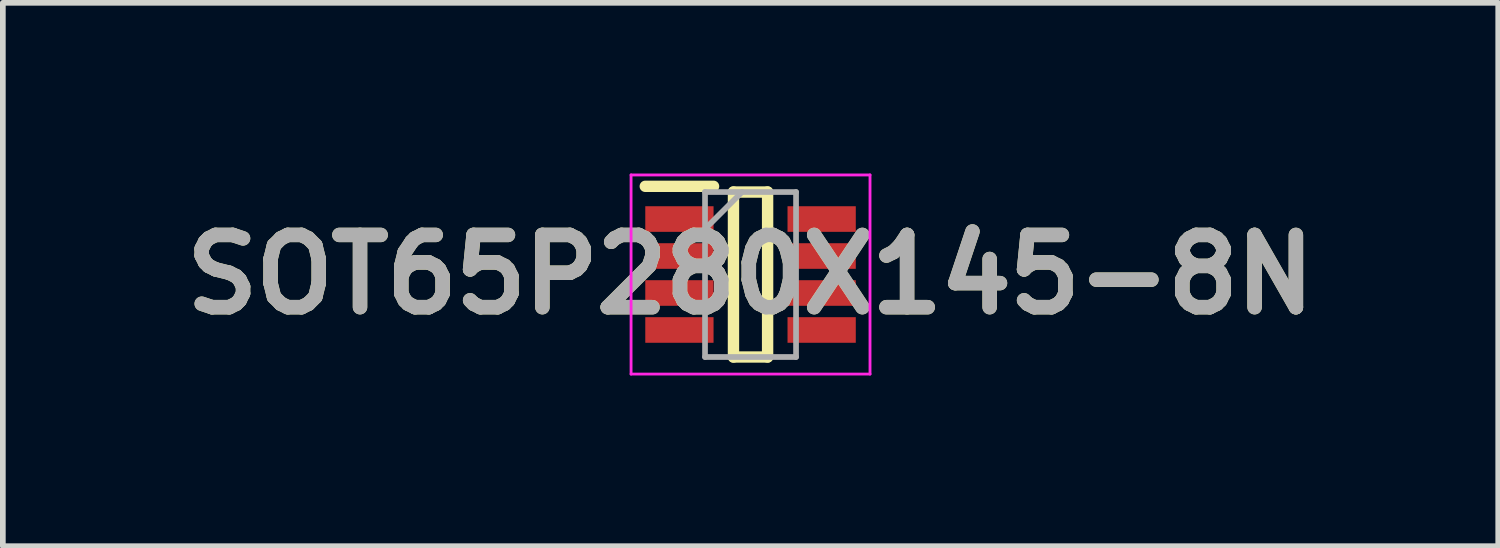
<source format=kicad_pcb>
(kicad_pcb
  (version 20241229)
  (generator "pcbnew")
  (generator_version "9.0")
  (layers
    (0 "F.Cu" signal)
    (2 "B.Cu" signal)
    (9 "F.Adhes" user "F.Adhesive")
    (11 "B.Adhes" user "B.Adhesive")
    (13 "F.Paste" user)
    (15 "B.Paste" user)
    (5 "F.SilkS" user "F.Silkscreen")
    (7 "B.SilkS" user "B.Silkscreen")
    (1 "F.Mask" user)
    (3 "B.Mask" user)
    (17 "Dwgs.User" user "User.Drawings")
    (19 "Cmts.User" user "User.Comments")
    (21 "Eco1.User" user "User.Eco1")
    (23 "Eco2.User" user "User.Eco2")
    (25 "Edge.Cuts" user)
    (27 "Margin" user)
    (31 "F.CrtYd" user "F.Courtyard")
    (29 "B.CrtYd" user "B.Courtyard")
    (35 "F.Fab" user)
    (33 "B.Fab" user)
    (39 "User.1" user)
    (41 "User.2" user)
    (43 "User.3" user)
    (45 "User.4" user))
  (footprint "SOT65P280X145-8N"
    (layer "F.Cu")
    (at 10.142 1.775)
    (property "Reference" "SOT65P280X145-8N" (at 0 0 0) (layer "F.SilkS") (effects (font (size 1.27 1.27) (thickness 0.254))))
    (attr smd)
    (fp_line (start -1.85 -1.55) (end -0.65 -1.55) (stroke (width 0.2) (type solid)) (layer "F.SilkS"))
    (fp_line (start -0.3 -1.45) (end 0.3 -1.45) (stroke (width 0.2) (type solid)) (layer "F.SilkS"))
    (fp_line (start -0.3 1.45) (end -0.3 -1.45) (stroke (width 0.2) (type solid)) (layer "F.SilkS"))
    (fp_line (start 0.3 -1.45) (end 0.3 1.45) (stroke (width 0.2) (type solid)) (layer "F.SilkS"))
    (fp_line (start 0.3 1.45) (end -0.3 1.45) (stroke (width 0.2) (type solid)) (layer "F.SilkS"))
    (fp_line (start -2.1 -1.75) (end 2.1 -1.75) (stroke (width 0.05) (type solid)) (layer "F.CrtYd"))
    (fp_line (start -2.1 1.75) (end -2.1 -1.75) (stroke (width 0.05) (type solid)) (layer "F.CrtYd"))
    (fp_line (start 2.1 -1.75) (end 2.1 1.75) (stroke (width 0.05) (type solid)) (layer "F.CrtYd"))
    (fp_line (start 2.1 1.75) (end -2.1 1.75) (stroke (width 0.05) (type solid)) (layer "F.CrtYd"))
    (fp_line (start -0.8 -1.45) (end 0.8 -1.45) (stroke (width 0.1) (type solid)) (layer "F.Fab"))
    (fp_line (start -0.8 -0.8) (end -0.15 -1.45) (stroke (width 0.1) (type solid)) (layer "F.Fab"))
    (fp_line (start -0.8 1.45) (end -0.8 -1.45) (stroke (width 0.1) (type solid)) (layer "F.Fab"))
    (fp_line (start 0.8 -1.45) (end 0.8 1.45) (stroke (width 0.1) (type solid)) (layer "F.Fab"))
    (fp_line (start 0.8 1.45) (end -0.8 1.45) (stroke (width 0.1) (type solid)) (layer "F.Fab"))
    (fp_text user "${REFERENCE}" (at 0 0 0) (layer "F.Fab") (effects (font (size 1.27 1.27) (thickness 0.254))))
    (pad "1" smd rect (at -1.25 -0.975 90) (size 0.45 1.2) (layers "F.Cu" "F.Mask" "F.Paste"))
    (pad "2" smd rect (at -1.25 -0.325 90) (size 0.45 1.2) (layers "F.Cu" "F.Mask" "F.Paste"))
    (pad "3" smd rect (at -1.25 0.325 90) (size 0.45 1.2) (layers "F.Cu" "F.Mask" "F.Paste"))
    (pad "4" smd rect (at -1.25 0.975 90) (size 0.45 1.2) (layers "F.Cu" "F.Mask" "F.Paste"))
    (pad "5" smd rect (at 1.25 0.975 90) (size 0.45 1.2) (layers "F.Cu" "F.Mask" "F.Paste"))
    (pad "6" smd rect (at 1.25 0.325 90) (size 0.45 1.2) (layers "F.Cu" "F.Mask" "F.Paste"))
    (pad "7" smd rect (at 1.25 -0.325 90) (size 0.45 1.2) (layers "F.Cu" "F.Mask" "F.Paste"))
    (pad "8" smd rect (at 1.25 -0.975 90) (size 0.45 1.2) (layers "F.Cu" "F.Mask" "F.Paste")))
  (gr_rect
    (start -3 -3)
    (end 23.284 6.55)
    (stroke (width 0.1) (type default))
    (fill no)
    (layer "Edge.Cuts")))
</source>
